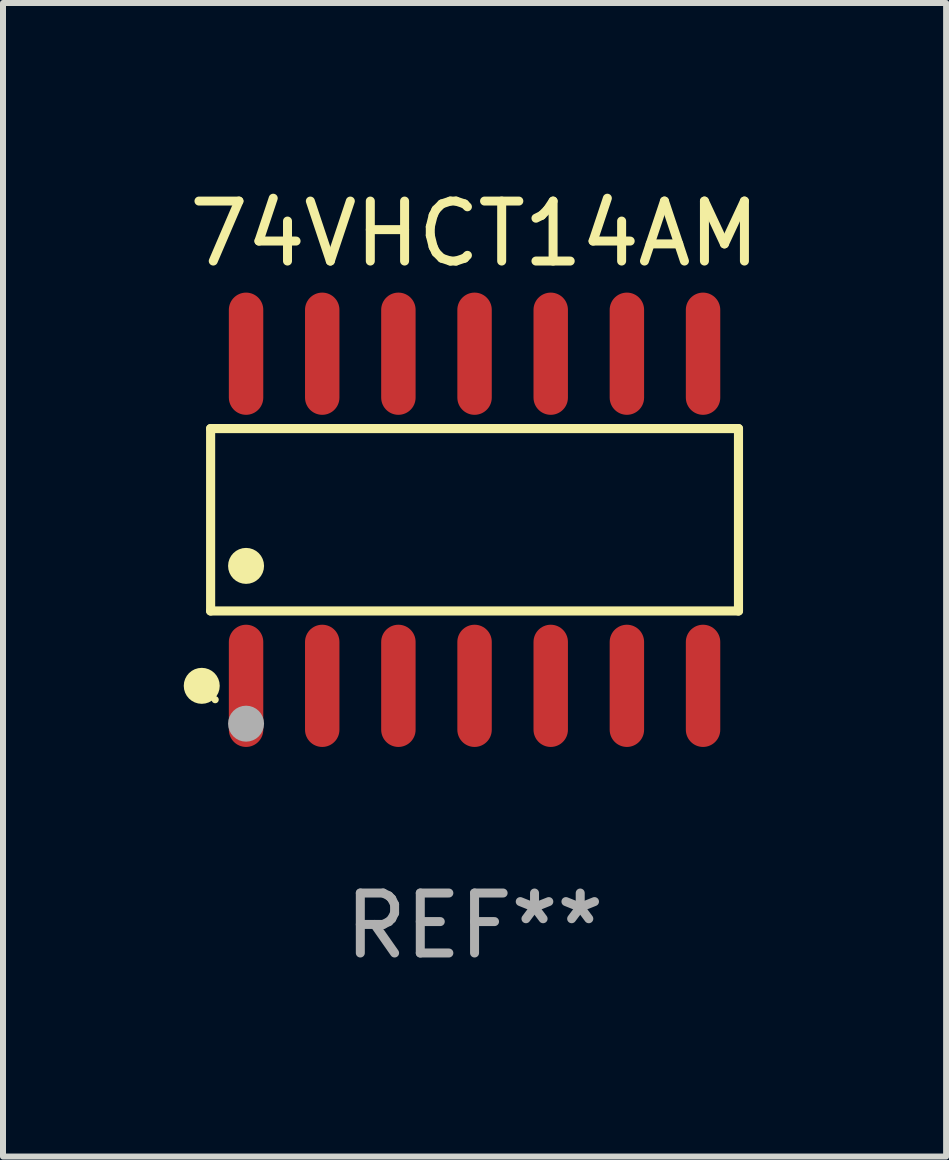
<source format=kicad_pcb>
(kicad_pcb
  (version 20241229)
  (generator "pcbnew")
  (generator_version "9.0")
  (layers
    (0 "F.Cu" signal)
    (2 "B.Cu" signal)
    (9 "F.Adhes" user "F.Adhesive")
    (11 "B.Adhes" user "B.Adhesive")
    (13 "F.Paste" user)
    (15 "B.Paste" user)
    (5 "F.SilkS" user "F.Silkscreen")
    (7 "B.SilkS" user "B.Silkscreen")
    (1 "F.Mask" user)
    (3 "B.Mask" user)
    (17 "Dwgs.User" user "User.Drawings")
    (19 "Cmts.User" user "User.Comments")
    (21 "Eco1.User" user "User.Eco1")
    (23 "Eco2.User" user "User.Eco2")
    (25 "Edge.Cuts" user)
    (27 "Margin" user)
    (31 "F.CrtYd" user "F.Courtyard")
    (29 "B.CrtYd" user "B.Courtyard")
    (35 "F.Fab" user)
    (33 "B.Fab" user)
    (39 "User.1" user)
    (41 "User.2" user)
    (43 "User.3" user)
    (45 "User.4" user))
  (footprint "74VHCT14AM"
    (layer "F.Cu")
    (at 4.863 5.617)
    (property "Reference" "74VHCT14AM" (at 0 -4.769 0) (layer "F.SilkS") (effects (font (size 1 1) (thickness 0.15))))
    (attr through_hole)
    (fp_line (start -4.401 -1.521) (end 4.401 -1.521) (stroke (width 0.152) (type solid)) (layer "F.SilkS"))
    (fp_line (start -4.401 1.521) (end -4.401 -1.521) (stroke (width 0.152) (type solid)) (layer "F.SilkS"))
    (fp_line (start 4.401 -1.521) (end 4.401 1.521) (stroke (width 0.152) (type solid)) (layer "F.SilkS"))
    (fp_line (start 4.401 1.521) (end -4.401 1.521) (stroke (width 0.152) (type solid)) (layer "F.SilkS"))
    (fp_circle (center -4.549 2.769) (end -4.399 2.769) (stroke (width 0.3) (type solid)) (fill no) (layer "F.SilkS"))
    (fp_circle (center -4.325 3) (end -4.295 3) (stroke (width 0.06) (type solid)) (fill no) (layer "F.SilkS"))
    (fp_circle (center -3.81 0.769) (end -3.66 0.769) (stroke (width 0.3) (type solid)) (fill no) (layer "F.SilkS"))
    (fp_circle (center -3.81 3.4) (end -3.66 3.4) (stroke (width 0.3) (type solid)) (fill no) (layer "F.Fab"))
    (fp_text user "REF**" (at 0 6.769 0) (layer "F.Fab") (effects (font (size 1 1) (thickness 0.15))))
    (pad "1" smd oval (at -3.81 2.769) (size 0.574 2.038) (layers "F.Cu" "F.Mask" "F.Paste"))
    (pad "2" smd oval (at -2.54 2.769) (size 0.574 2.038) (layers "F.Cu" "F.Mask" "F.Paste"))
    (pad "3" smd oval (at -1.27 2.769) (size 0.574 2.038) (layers "F.Cu" "F.Mask" "F.Paste"))
    (pad "4" smd oval (at 0 2.769) (size 0.574 2.038) (layers "F.Cu" "F.Mask" "F.Paste"))
    (pad "5" smd oval (at 1.27 2.769) (size 0.574 2.038) (layers "F.Cu" "F.Mask" "F.Paste"))
    (pad "6" smd oval (at 2.54 2.769) (size 0.574 2.038) (layers "F.Cu" "F.Mask" "F.Paste"))
    (pad "7" smd oval (at 3.81 2.769) (size 0.574 2.038) (layers "F.Cu" "F.Mask" "F.Paste"))
    (pad "8" smd oval (at 3.81 -2.769) (size 0.574 2.038) (layers "F.Cu" "F.Mask" "F.Paste"))
    (pad "9" smd oval (at 2.54 -2.769) (size 0.574 2.038) (layers "F.Cu" "F.Mask" "F.Paste"))
    (pad "10" smd oval (at 1.27 -2.769) (size 0.574 2.038) (layers "F.Cu" "F.Mask" "F.Paste"))
    (pad "11" smd oval (at 0 -2.769) (size 0.574 2.038) (layers "F.Cu" "F.Mask" "F.Paste"))
    (pad "12" smd oval (at -1.27 -2.769) (size 0.574 2.038) (layers "F.Cu" "F.Mask" "F.Paste"))
    (pad "13" smd oval (at -2.54 -2.769) (size 0.574 2.038) (layers "F.Cu" "F.Mask" "F.Paste"))
    (pad "14" smd oval (at -3.81 -2.769) (size 0.574 2.038) (layers "F.Cu" "F.Mask" "F.Paste")))
  (gr_rect
    (start -3 -3)
    (end 12.726 16.235)
    (stroke (width 0.1) (type default))
    (fill no)
    (layer "Edge.Cuts")))
</source>
